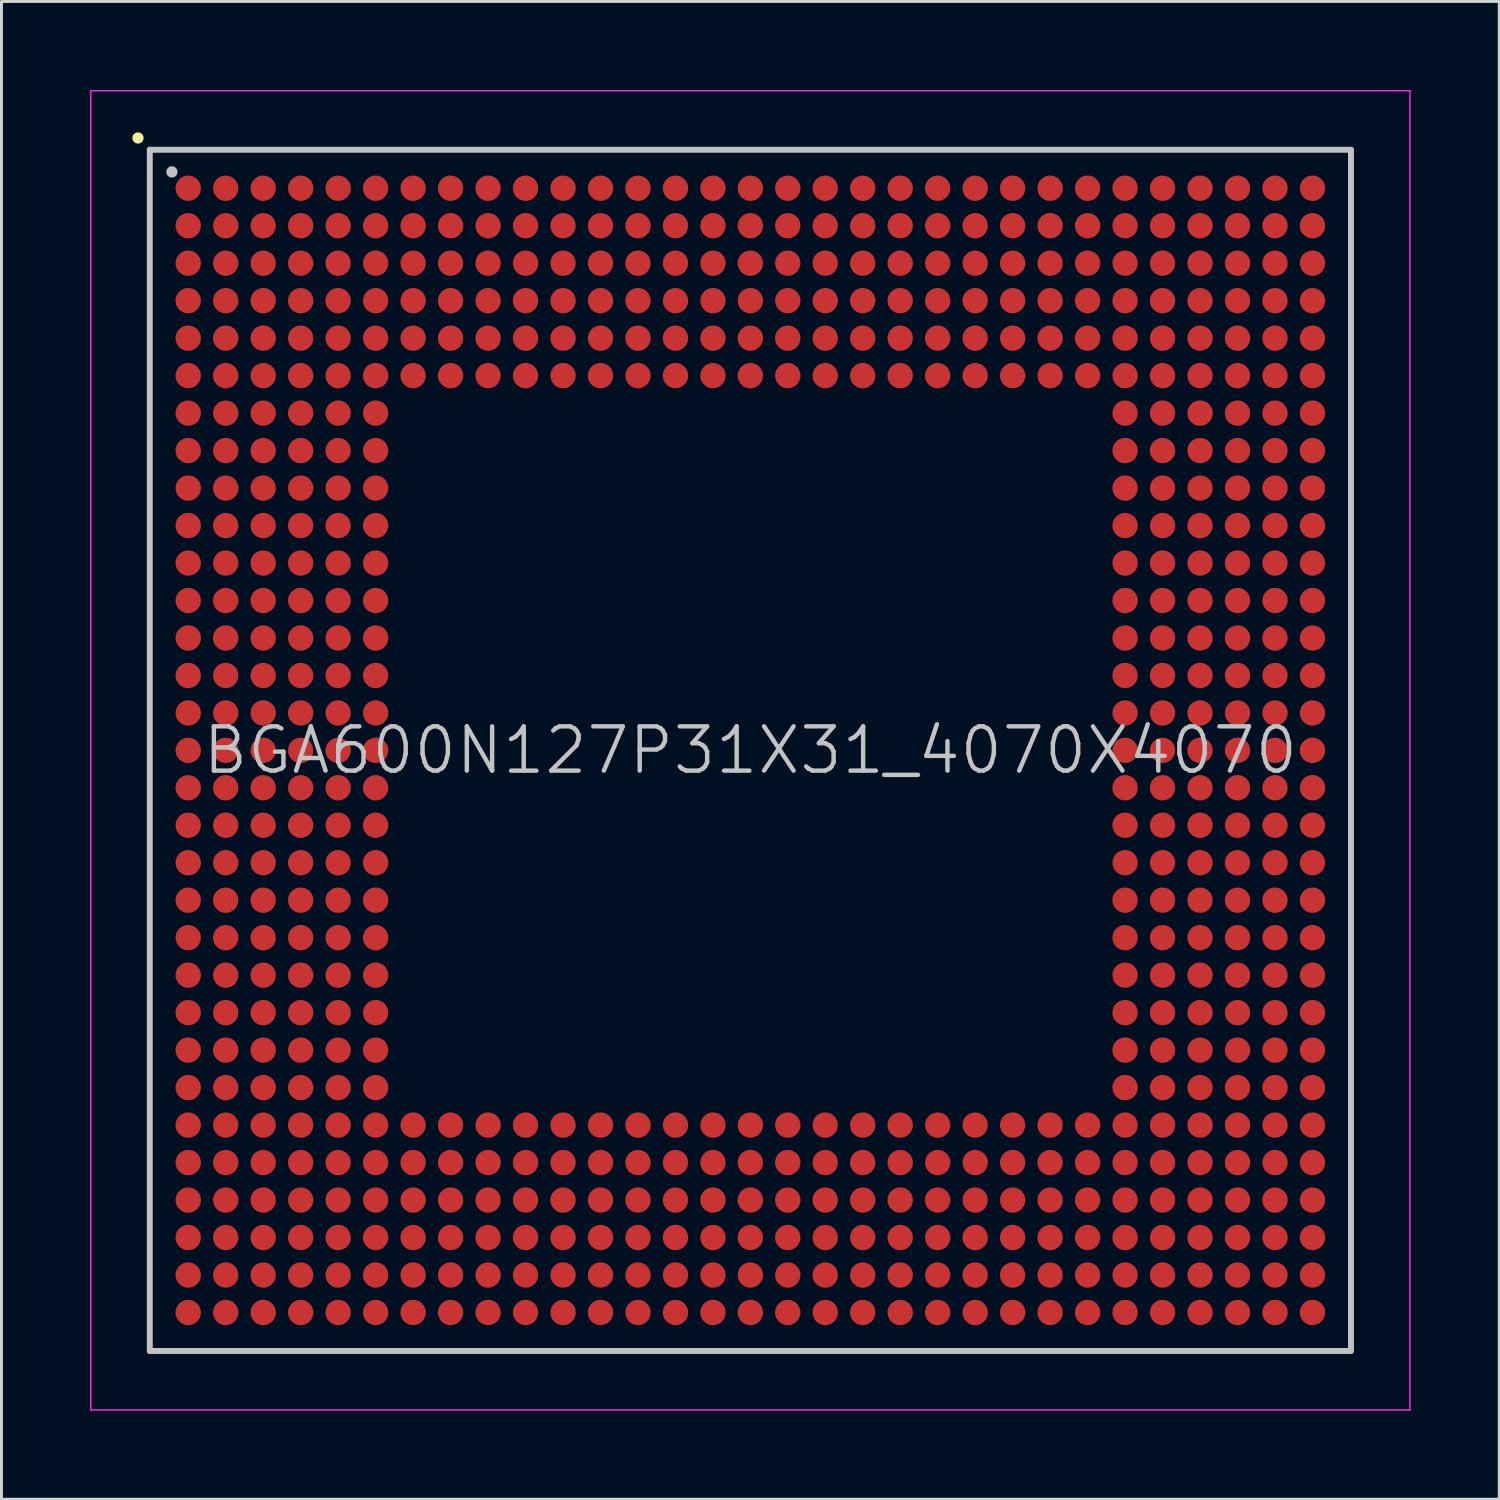
<source format=kicad_pcb>
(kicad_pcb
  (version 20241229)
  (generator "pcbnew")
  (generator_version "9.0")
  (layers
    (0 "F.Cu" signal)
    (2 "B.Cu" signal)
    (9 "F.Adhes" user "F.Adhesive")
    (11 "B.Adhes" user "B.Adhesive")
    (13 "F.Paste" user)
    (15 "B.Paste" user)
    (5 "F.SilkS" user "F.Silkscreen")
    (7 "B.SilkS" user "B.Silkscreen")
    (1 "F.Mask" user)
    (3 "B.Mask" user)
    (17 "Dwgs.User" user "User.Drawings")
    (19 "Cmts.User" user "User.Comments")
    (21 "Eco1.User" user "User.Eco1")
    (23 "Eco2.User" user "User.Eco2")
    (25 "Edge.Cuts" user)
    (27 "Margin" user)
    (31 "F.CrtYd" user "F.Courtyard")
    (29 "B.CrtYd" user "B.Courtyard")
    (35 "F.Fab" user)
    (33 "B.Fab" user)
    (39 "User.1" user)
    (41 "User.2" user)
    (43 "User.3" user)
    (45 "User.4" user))
  (footprint "BGA600N127P31X31_4070X4070"
    (layer "F.Cu")
    (at 22.375 22.375)
    (property "Reference" "BGA600N127P31X31_4070X4070" (at 0 0 0) (layer "Dwgs.User") (effects (font (size 1.5 1.5) (thickness 0.15))))
    (attr smd)
    (fp_line (start -20.75 -20.75) (end -20.75 -20.75) (stroke (width 0.381) (type solid)) (layer "F.SilkS"))
    (fp_line (start -20.35 -20.35) (end -20.35 20.35) (stroke (width 0.2) (type solid)) (layer "Dwgs.User"))
    (fp_line (start -20.35 -20.35) (end 20.35 -20.35) (stroke (width 0.2) (type solid)) (layer "Dwgs.User"))
    (fp_line (start -20.35 20.35) (end 20.35 20.35) (stroke (width 0.2) (type solid)) (layer "Dwgs.User"))
    (fp_line (start -19.6 -19.6) (end -19.6 -19.6) (stroke (width 0.381) (type solid)) (layer "Dwgs.User"))
    (fp_line (start 20.35 -20.35) (end 20.35 20.35) (stroke (width 0.2) (type solid)) (layer "Dwgs.User"))
    (fp_line (start -22.35 -22.35) (end -22.35 22.35) (stroke (width 0.05) (type solid)) (layer "F.CrtYd"))
    (fp_line (start -22.35 -22.35) (end 22.35 -22.35) (stroke (width 0.05) (type solid)) (layer "F.CrtYd"))
    (fp_line (start -22.35 22.35) (end 22.35 22.35) (stroke (width 0.05) (type solid)) (layer "F.CrtYd"))
    (fp_line (start 22.35 -22.35) (end 22.35 22.35) (stroke (width 0.05) (type solid)) (layer "F.CrtYd"))
    (pad "A1" smd circle (at -19.047 -19.047 270) (size 0.86 0.86) (layers "F.Cu" "F.Mask" "F.Paste"))
    (pad "A2" smd circle (at -17.777 -19.047 270) (size 0.86 0.86) (layers "F.Cu" "F.Mask" "F.Paste"))
    (pad "A3" smd circle (at -16.507 -19.047 270) (size 0.86 0.86) (layers "F.Cu" "F.Mask" "F.Paste"))
    (pad "A4" smd circle (at -15.237 -19.047 270) (size 0.86 0.86) (layers "F.Cu" "F.Mask" "F.Paste"))
    (pad "A5" smd circle (at -13.967 -19.047 270) (size 0.86 0.86) (layers "F.Cu" "F.Mask" "F.Paste"))
    (pad "A6" smd circle (at -12.697 -19.047 270) (size 0.86 0.86) (layers "F.Cu" "F.Mask" "F.Paste"))
    (pad "A7" smd circle (at -11.427 -19.047 270) (size 0.86 0.86) (layers "F.Cu" "F.Mask" "F.Paste"))
    (pad "A8" smd circle (at -10.157 -19.047 270) (size 0.86 0.86) (layers "F.Cu" "F.Mask" "F.Paste"))
    (pad "A9" smd circle (at -8.887 -19.047 270) (size 0.86 0.86) (layers "F.Cu" "F.Mask" "F.Paste"))
    (pad "A10" smd circle (at -7.617 -19.047 270) (size 0.86 0.86) (layers "F.Cu" "F.Mask" "F.Paste"))
    (pad "A11" smd circle (at -6.347 -19.047 270) (size 0.86 0.86) (layers "F.Cu" "F.Mask" "F.Paste"))
    (pad "A12" smd circle (at -5.077 -19.047 270) (size 0.86 0.86) (layers "F.Cu" "F.Mask" "F.Paste"))
    (pad "A13" smd circle (at -3.807 -19.047 270) (size 0.86 0.86) (layers "F.Cu" "F.Mask" "F.Paste"))
    (pad "A14" smd circle (at -2.537 -19.047 270) (size 0.86 0.86) (layers "F.Cu" "F.Mask" "F.Paste"))
    (pad "A15" smd circle (at -1.267 -19.047 270) (size 0.86 0.86) (layers "F.Cu" "F.Mask" "F.Paste"))
    (pad "A16" smd circle (at 0 -19.047 270) (size 0.86 0.86) (layers "F.Cu" "F.Mask" "F.Paste"))
    (pad "A17" smd circle (at 1.267 -19.047 270) (size 0.86 0.86) (layers "F.Cu" "F.Mask" "F.Paste"))
    (pad "A18" smd circle (at 2.537 -19.047 270) (size 0.86 0.86) (layers "F.Cu" "F.Mask" "F.Paste"))
    (pad "A19" smd circle (at 3.807 -19.047 270) (size 0.86 0.86) (layers "F.Cu" "F.Mask" "F.Paste"))
    (pad "A20" smd circle (at 5.077 -19.047 270) (size 0.86 0.86) (layers "F.Cu" "F.Mask" "F.Paste"))
    (pad "A21" smd circle (at 6.347 -19.047 270) (size 0.86 0.86) (layers "F.Cu" "F.Mask" "F.Paste"))
    (pad "A22" smd circle (at 7.617 -19.047 270) (size 0.86 0.86) (layers "F.Cu" "F.Mask" "F.Paste"))
    (pad "A23" smd circle (at 8.887 -19.047 270) (size 0.86 0.86) (layers "F.Cu" "F.Mask" "F.Paste"))
    (pad "A24" smd circle (at 10.157 -19.047 270) (size 0.86 0.86) (layers "F.Cu" "F.Mask" "F.Paste"))
    (pad "A25" smd circle (at 11.427 -19.047 270) (size 0.86 0.86) (layers "F.Cu" "F.Mask" "F.Paste"))
    (pad "A26" smd circle (at 12.697 -19.047 270) (size 0.86 0.86) (layers "F.Cu" "F.Mask" "F.Paste"))
    (pad "A27" smd circle (at 13.967 -19.047 270) (size 0.86 0.86) (layers "F.Cu" "F.Mask" "F.Paste"))
    (pad "A28" smd circle (at 15.237 -19.047 270) (size 0.86 0.86) (layers "F.Cu" "F.Mask" "F.Paste"))
    (pad "A29" smd circle (at 16.507 -19.047 270) (size 0.86 0.86) (layers "F.Cu" "F.Mask" "F.Paste"))
    (pad "A30" smd circle (at 17.777 -19.047 270) (size 0.86 0.86) (layers "F.Cu" "F.Mask" "F.Paste"))
    (pad "A31" smd circle (at 19.047 -19.047 270) (size 0.86 0.86) (layers "F.Cu" "F.Mask" "F.Paste"))
    (pad "AA1" smd circle (at -19.047 6.347 270) (size 0.86 0.86) (layers "F.Cu" "F.Mask" "F.Paste"))
    (pad "AA2" smd circle (at -17.777 6.347 270) (size 0.86 0.86) (layers "F.Cu" "F.Mask" "F.Paste"))
    (pad "AA3" smd circle (at -16.507 6.347 270) (size 0.86 0.86) (layers "F.Cu" "F.Mask" "F.Paste"))
    (pad "AA4" smd circle (at -15.237 6.347 270) (size 0.86 0.86) (layers "F.Cu" "F.Mask" "F.Paste"))
    (pad "AA5" smd circle (at -13.967 6.347 270) (size 0.86 0.86) (layers "F.Cu" "F.Mask" "F.Paste"))
    (pad "AA6" smd circle (at -12.697 6.347 270) (size 0.86 0.86) (layers "F.Cu" "F.Mask" "F.Paste"))
    (pad "AA26" smd circle (at 12.697 6.347 270) (size 0.86 0.86) (layers "F.Cu" "F.Mask" "F.Paste"))
    (pad "AA27" smd circle (at 13.967 6.347 270) (size 0.86 0.86) (layers "F.Cu" "F.Mask" "F.Paste"))
    (pad "AA28" smd circle (at 15.237 6.347 270) (size 0.86 0.86) (layers "F.Cu" "F.Mask" "F.Paste"))
    (pad "AA29" smd circle (at 16.507 6.347 270) (size 0.86 0.86) (layers "F.Cu" "F.Mask" "F.Paste"))
    (pad "AA30" smd circle (at 17.777 6.347 270) (size 0.86 0.86) (layers "F.Cu" "F.Mask" "F.Paste"))
    (pad "AA31" smd circle (at 19.047 6.347 270) (size 0.86 0.86) (layers "F.Cu" "F.Mask" "F.Paste"))
    (pad "AB1" smd circle (at -19.047 7.617 270) (size 0.86 0.86) (layers "F.Cu" "F.Mask" "F.Paste"))
    (pad "AB2" smd circle (at -17.777 7.617 270) (size 0.86 0.86) (layers "F.Cu" "F.Mask" "F.Paste"))
    (pad "AB3" smd circle (at -16.507 7.617 270) (size 0.86 0.86) (layers "F.Cu" "F.Mask" "F.Paste"))
    (pad "AB4" smd circle (at -15.237 7.617 270) (size 0.86 0.86) (layers "F.Cu" "F.Mask" "F.Paste"))
    (pad "AB5" smd circle (at -13.967 7.617 270) (size 0.86 0.86) (layers "F.Cu" "F.Mask" "F.Paste"))
    (pad "AB6" smd circle (at -12.697 7.617 270) (size 0.86 0.86) (layers "F.Cu" "F.Mask" "F.Paste"))
    (pad "AB26" smd circle (at 12.697 7.617 270) (size 0.86 0.86) (layers "F.Cu" "F.Mask" "F.Paste"))
    (pad "AB27" smd circle (at 13.967 7.617 270) (size 0.86 0.86) (layers "F.Cu" "F.Mask" "F.Paste"))
    (pad "AB28" smd circle (at 15.237 7.617 270) (size 0.86 0.86) (layers "F.Cu" "F.Mask" "F.Paste"))
    (pad "AB29" smd circle (at 16.507 7.617 270) (size 0.86 0.86) (layers "F.Cu" "F.Mask" "F.Paste"))
    (pad "AB30" smd circle (at 17.777 7.617 270) (size 0.86 0.86) (layers "F.Cu" "F.Mask" "F.Paste"))
    (pad "AB31" smd circle (at 19.047 7.617 270) (size 0.86 0.86) (layers "F.Cu" "F.Mask" "F.Paste"))
    (pad "AC1" smd circle (at -19.047 8.887 270) (size 0.86 0.86) (layers "F.Cu" "F.Mask" "F.Paste"))
    (pad "AC2" smd circle (at -17.777 8.887 270) (size 0.86 0.86) (layers "F.Cu" "F.Mask" "F.Paste"))
    (pad "AC3" smd circle (at -16.507 8.887 270) (size 0.86 0.86) (layers "F.Cu" "F.Mask" "F.Paste"))
    (pad "AC4" smd circle (at -15.237 8.887 270) (size 0.86 0.86) (layers "F.Cu" "F.Mask" "F.Paste"))
    (pad "AC5" smd circle (at -13.967 8.887 270) (size 0.86 0.86) (layers "F.Cu" "F.Mask" "F.Paste"))
    (pad "AC6" smd circle (at -12.697 8.887 270) (size 0.86 0.86) (layers "F.Cu" "F.Mask" "F.Paste"))
    (pad "AC26" smd circle (at 12.697 8.887 270) (size 0.86 0.86) (layers "F.Cu" "F.Mask" "F.Paste"))
    (pad "AC27" smd circle (at 13.967 8.887 270) (size 0.86 0.86) (layers "F.Cu" "F.Mask" "F.Paste"))
    (pad "AC28" smd circle (at 15.237 8.887 270) (size 0.86 0.86) (layers "F.Cu" "F.Mask" "F.Paste"))
    (pad "AC29" smd circle (at 16.507 8.887 270) (size 0.86 0.86) (layers "F.Cu" "F.Mask" "F.Paste"))
    (pad "AC30" smd circle (at 17.777 8.887 270) (size 0.86 0.86) (layers "F.Cu" "F.Mask" "F.Paste"))
    (pad "AC31" smd circle (at 19.047 8.887 270) (size 0.86 0.86) (layers "F.Cu" "F.Mask" "F.Paste"))
    (pad "AD1" smd circle (at -19.047 10.157 270) (size 0.86 0.86) (layers "F.Cu" "F.Mask" "F.Paste"))
    (pad "AD2" smd circle (at -17.777 10.157 270) (size 0.86 0.86) (layers "F.Cu" "F.Mask" "F.Paste"))
    (pad "AD3" smd circle (at -16.507 10.157 270) (size 0.86 0.86) (layers "F.Cu" "F.Mask" "F.Paste"))
    (pad "AD4" smd circle (at -15.237 10.157 270) (size 0.86 0.86) (layers "F.Cu" "F.Mask" "F.Paste"))
    (pad "AD5" smd circle (at -13.967 10.157 270) (size 0.86 0.86) (layers "F.Cu" "F.Mask" "F.Paste"))
    (pad "AD6" smd circle (at -12.697 10.157 270) (size 0.86 0.86) (layers "F.Cu" "F.Mask" "F.Paste"))
    (pad "AD26" smd circle (at 12.697 10.157 270) (size 0.86 0.86) (layers "F.Cu" "F.Mask" "F.Paste"))
    (pad "AD27" smd circle (at 13.967 10.157 270) (size 0.86 0.86) (layers "F.Cu" "F.Mask" "F.Paste"))
    (pad "AD28" smd circle (at 15.237 10.157 270) (size 0.86 0.86) (layers "F.Cu" "F.Mask" "F.Paste"))
    (pad "AD29" smd circle (at 16.507 10.157 270) (size 0.86 0.86) (layers "F.Cu" "F.Mask" "F.Paste"))
    (pad "AD30" smd circle (at 17.777 10.157 270) (size 0.86 0.86) (layers "F.Cu" "F.Mask" "F.Paste"))
    (pad "AD31" smd circle (at 19.047 10.157 270) (size 0.86 0.86) (layers "F.Cu" "F.Mask" "F.Paste"))
    (pad "AE1" smd circle (at -19.047 11.427 270) (size 0.86 0.86) (layers "F.Cu" "F.Mask" "F.Paste"))
    (pad "AE2" smd circle (at -17.777 11.427 270) (size 0.86 0.86) (layers "F.Cu" "F.Mask" "F.Paste"))
    (pad "AE3" smd circle (at -16.507 11.427 270) (size 0.86 0.86) (layers "F.Cu" "F.Mask" "F.Paste"))
    (pad "AE4" smd circle (at -15.237 11.427 270) (size 0.86 0.86) (layers "F.Cu" "F.Mask" "F.Paste"))
    (pad "AE5" smd circle (at -13.967 11.427 270) (size 0.86 0.86) (layers "F.Cu" "F.Mask" "F.Paste"))
    (pad "AE6" smd circle (at -12.697 11.427 270) (size 0.86 0.86) (layers "F.Cu" "F.Mask" "F.Paste"))
    (pad "AE26" smd circle (at 12.697 11.427 270) (size 0.86 0.86) (layers "F.Cu" "F.Mask" "F.Paste"))
    (pad "AE27" smd circle (at 13.967 11.427 270) (size 0.86 0.86) (layers "F.Cu" "F.Mask" "F.Paste"))
    (pad "AE28" smd circle (at 15.237 11.427 270) (size 0.86 0.86) (layers "F.Cu" "F.Mask" "F.Paste"))
    (pad "AE29" smd circle (at 16.507 11.427 270) (size 0.86 0.86) (layers "F.Cu" "F.Mask" "F.Paste"))
    (pad "AE30" smd circle (at 17.777 11.427 270) (size 0.86 0.86) (layers "F.Cu" "F.Mask" "F.Paste"))
    (pad "AE31" smd circle (at 19.047 11.427 270) (size 0.86 0.86) (layers "F.Cu" "F.Mask" "F.Paste"))
    (pad "AF1" smd circle (at -19.047 12.697 270) (size 0.86 0.86) (layers "F.Cu" "F.Mask" "F.Paste"))
    (pad "AF2" smd circle (at -17.777 12.697 270) (size 0.86 0.86) (layers "F.Cu" "F.Mask" "F.Paste"))
    (pad "AF3" smd circle (at -16.507 12.697 270) (size 0.86 0.86) (layers "F.Cu" "F.Mask" "F.Paste"))
    (pad "AF4" smd circle (at -15.237 12.697 270) (size 0.86 0.86) (layers "F.Cu" "F.Mask" "F.Paste"))
    (pad "AF5" smd circle (at -13.967 12.697 270) (size 0.86 0.86) (layers "F.Cu" "F.Mask" "F.Paste"))
    (pad "AF6" smd circle (at -12.697 12.697 270) (size 0.86 0.86) (layers "F.Cu" "F.Mask" "F.Paste"))
    (pad "AF7" smd circle (at -11.427 12.697 270) (size 0.86 0.86) (layers "F.Cu" "F.Mask" "F.Paste"))
    (pad "AF8" smd circle (at -10.157 12.697 270) (size 0.86 0.86) (layers "F.Cu" "F.Mask" "F.Paste"))
    (pad "AF9" smd circle (at -8.887 12.697 270) (size 0.86 0.86) (layers "F.Cu" "F.Mask" "F.Paste"))
    (pad "AF10" smd circle (at -7.617 12.697 270) (size 0.86 0.86) (layers "F.Cu" "F.Mask" "F.Paste"))
    (pad "AF11" smd circle (at -6.347 12.697 270) (size 0.86 0.86) (layers "F.Cu" "F.Mask" "F.Paste"))
    (pad "AF12" smd circle (at -5.077 12.697 270) (size 0.86 0.86) (layers "F.Cu" "F.Mask" "F.Paste"))
    (pad "AF13" smd circle (at -3.807 12.697 270) (size 0.86 0.86) (layers "F.Cu" "F.Mask" "F.Paste"))
    (pad "AF14" smd circle (at -2.537 12.697 270) (size 0.86 0.86) (layers "F.Cu" "F.Mask" "F.Paste"))
    (pad "AF15" smd circle (at -1.267 12.697 270) (size 0.86 0.86) (layers "F.Cu" "F.Mask" "F.Paste"))
    (pad "AF16" smd circle (at 0 12.697 270) (size 0.86 0.86) (layers "F.Cu" "F.Mask" "F.Paste"))
    (pad "AF17" smd circle (at 1.267 12.697 270) (size 0.86 0.86) (layers "F.Cu" "F.Mask" "F.Paste"))
    (pad "AF18" smd circle (at 2.537 12.697 270) (size 0.86 0.86) (layers "F.Cu" "F.Mask" "F.Paste"))
    (pad "AF19" smd circle (at 3.807 12.697 270) (size 0.86 0.86) (layers "F.Cu" "F.Mask" "F.Paste"))
    (pad "AF20" smd circle (at 5.077 12.697 270) (size 0.86 0.86) (layers "F.Cu" "F.Mask" "F.Paste"))
    (pad "AF21" smd circle (at 6.347 12.697 270) (size 0.86 0.86) (layers "F.Cu" "F.Mask" "F.Paste"))
    (pad "AF22" smd circle (at 7.617 12.697 270) (size 0.86 0.86) (layers "F.Cu" "F.Mask" "F.Paste"))
    (pad "AF23" smd circle (at 8.887 12.697 270) (size 0.86 0.86) (layers "F.Cu" "F.Mask" "F.Paste"))
    (pad "AF24" smd circle (at 10.157 12.697 270) (size 0.86 0.86) (layers "F.Cu" "F.Mask" "F.Paste"))
    (pad "AF25" smd circle (at 11.427 12.697 270) (size 0.86 0.86) (layers "F.Cu" "F.Mask" "F.Paste"))
    (pad "AF26" smd circle (at 12.697 12.697 270) (size 0.86 0.86) (layers "F.Cu" "F.Mask" "F.Paste"))
    (pad "AF27" smd circle (at 13.967 12.697 270) (size 0.86 0.86) (layers "F.Cu" "F.Mask" "F.Paste"))
    (pad "AF28" smd circle (at 15.237 12.697 270) (size 0.86 0.86) (layers "F.Cu" "F.Mask" "F.Paste"))
    (pad "AF29" smd circle (at 16.507 12.697 270) (size 0.86 0.86) (layers "F.Cu" "F.Mask" "F.Paste"))
    (pad "AF30" smd circle (at 17.777 12.697 270) (size 0.86 0.86) (layers "F.Cu" "F.Mask" "F.Paste"))
    (pad "AF31" smd circle (at 19.047 12.697 270) (size 0.86 0.86) (layers "F.Cu" "F.Mask" "F.Paste"))
    (pad "AG1" smd circle (at -19.047 13.967 270) (size 0.86 0.86) (layers "F.Cu" "F.Mask" "F.Paste"))
    (pad "AG2" smd circle (at -17.777 13.967 270) (size 0.86 0.86) (layers "F.Cu" "F.Mask" "F.Paste"))
    (pad "AG3" smd circle (at -16.507 13.967 270) (size 0.86 0.86) (layers "F.Cu" "F.Mask" "F.Paste"))
    (pad "AG4" smd circle (at -15.237 13.967 270) (size 0.86 0.86) (layers "F.Cu" "F.Mask" "F.Paste"))
    (pad "AG5" smd circle (at -13.967 13.967 270) (size 0.86 0.86) (layers "F.Cu" "F.Mask" "F.Paste"))
    (pad "AG6" smd circle (at -12.697 13.967 270) (size 0.86 0.86) (layers "F.Cu" "F.Mask" "F.Paste"))
    (pad "AG7" smd circle (at -11.427 13.967 270) (size 0.86 0.86) (layers "F.Cu" "F.Mask" "F.Paste"))
    (pad "AG8" smd circle (at -10.157 13.967 270) (size 0.86 0.86) (layers "F.Cu" "F.Mask" "F.Paste"))
    (pad "AG9" smd circle (at -8.887 13.967 270) (size 0.86 0.86) (layers "F.Cu" "F.Mask" "F.Paste"))
    (pad "AG10" smd circle (at -7.617 13.967 270) (size 0.86 0.86) (layers "F.Cu" "F.Mask" "F.Paste"))
    (pad "AG11" smd circle (at -6.347 13.967 270) (size 0.86 0.86) (layers "F.Cu" "F.Mask" "F.Paste"))
    (pad "AG12" smd circle (at -5.077 13.967 270) (size 0.86 0.86) (layers "F.Cu" "F.Mask" "F.Paste"))
    (pad "AG13" smd circle (at -3.807 13.967 270) (size 0.86 0.86) (layers "F.Cu" "F.Mask" "F.Paste"))
    (pad "AG14" smd circle (at -2.537 13.967 270) (size 0.86 0.86) (layers "F.Cu" "F.Mask" "F.Paste"))
    (pad "AG15" smd circle (at -1.267 13.967 270) (size 0.86 0.86) (layers "F.Cu" "F.Mask" "F.Paste"))
    (pad "AG16" smd circle (at 0 13.967 270) (size 0.86 0.86) (layers "F.Cu" "F.Mask" "F.Paste"))
    (pad "AG17" smd circle (at 1.267 13.967 270) (size 0.86 0.86) (layers "F.Cu" "F.Mask" "F.Paste"))
    (pad "AG18" smd circle (at 2.537 13.967 270) (size 0.86 0.86) (layers "F.Cu" "F.Mask" "F.Paste"))
    (pad "AG19" smd circle (at 3.807 13.967 270) (size 0.86 0.86) (layers "F.Cu" "F.Mask" "F.Paste"))
    (pad "AG20" smd circle (at 5.077 13.967 270) (size 0.86 0.86) (layers "F.Cu" "F.Mask" "F.Paste"))
    (pad "AG21" smd circle (at 6.347 13.967 270) (size 0.86 0.86) (layers "F.Cu" "F.Mask" "F.Paste"))
    (pad "AG22" smd circle (at 7.617 13.967 270) (size 0.86 0.86) (layers "F.Cu" "F.Mask" "F.Paste"))
    (pad "AG23" smd circle (at 8.887 13.967 270) (size 0.86 0.86) (layers "F.Cu" "F.Mask" "F.Paste"))
    (pad "AG24" smd circle (at 10.157 13.967 270) (size 0.86 0.86) (layers "F.Cu" "F.Mask" "F.Paste"))
    (pad "AG25" smd circle (at 11.427 13.967 270) (size 0.86 0.86) (layers "F.Cu" "F.Mask" "F.Paste"))
    (pad "AG26" smd circle (at 12.697 13.967 270) (size 0.86 0.86) (layers "F.Cu" "F.Mask" "F.Paste"))
    (pad "AG27" smd circle (at 13.967 13.967 270) (size 0.86 0.86) (layers "F.Cu" "F.Mask" "F.Paste"))
    (pad "AG28" smd circle (at 15.237 13.967 270) (size 0.86 0.86) (layers "F.Cu" "F.Mask" "F.Paste"))
    (pad "AG29" smd circle (at 16.507 13.967 270) (size 0.86 0.86) (layers "F.Cu" "F.Mask" "F.Paste"))
    (pad "AG30" smd circle (at 17.777 13.967 270) (size 0.86 0.86) (layers "F.Cu" "F.Mask" "F.Paste"))
    (pad "AG31" smd circle (at 19.047 13.967 270) (size 0.86 0.86) (layers "F.Cu" "F.Mask" "F.Paste"))
    (pad "AH1" smd circle (at -19.047 15.237 270) (size 0.86 0.86) (layers "F.Cu" "F.Mask" "F.Paste"))
    (pad "AH2" smd circle (at -17.777 15.237 270) (size 0.86 0.86) (layers "F.Cu" "F.Mask" "F.Paste"))
    (pad "AH3" smd circle (at -16.507 15.237 270) (size 0.86 0.86) (layers "F.Cu" "F.Mask" "F.Paste"))
    (pad "AH4" smd circle (at -15.237 15.237 270) (size 0.86 0.86) (layers "F.Cu" "F.Mask" "F.Paste"))
    (pad "AH5" smd circle (at -13.967 15.237 270) (size 0.86 0.86) (layers "F.Cu" "F.Mask" "F.Paste"))
    (pad "AH6" smd circle (at -12.697 15.237 270) (size 0.86 0.86) (layers "F.Cu" "F.Mask" "F.Paste"))
    (pad "AH7" smd circle (at -11.427 15.237 270) (size 0.86 0.86) (layers "F.Cu" "F.Mask" "F.Paste"))
    (pad "AH8" smd circle (at -10.157 15.237 270) (size 0.86 0.86) (layers "F.Cu" "F.Mask" "F.Paste"))
    (pad "AH9" smd circle (at -8.887 15.237 270) (size 0.86 0.86) (layers "F.Cu" "F.Mask" "F.Paste"))
    (pad "AH10" smd circle (at -7.617 15.237 270) (size 0.86 0.86) (layers "F.Cu" "F.Mask" "F.Paste"))
    (pad "AH11" smd circle (at -6.347 15.237 270) (size 0.86 0.86) (layers "F.Cu" "F.Mask" "F.Paste"))
    (pad "AH12" smd circle (at -5.077 15.237 270) (size 0.86 0.86) (layers "F.Cu" "F.Mask" "F.Paste"))
    (pad "AH13" smd circle (at -3.807 15.237 270) (size 0.86 0.86) (layers "F.Cu" "F.Mask" "F.Paste"))
    (pad "AH14" smd circle (at -2.537 15.237 270) (size 0.86 0.86) (layers "F.Cu" "F.Mask" "F.Paste"))
    (pad "AH15" smd circle (at -1.267 15.237 270) (size 0.86 0.86) (layers "F.Cu" "F.Mask" "F.Paste"))
    (pad "AH16" smd circle (at 0 15.237 270) (size 0.86 0.86) (layers "F.Cu" "F.Mask" "F.Paste"))
    (pad "AH17" smd circle (at 1.267 15.237 270) (size 0.86 0.86) (layers "F.Cu" "F.Mask" "F.Paste"))
    (pad "AH18" smd circle (at 2.537 15.237 270) (size 0.86 0.86) (layers "F.Cu" "F.Mask" "F.Paste"))
    (pad "AH19" smd circle (at 3.807 15.237 270) (size 0.86 0.86) (layers "F.Cu" "F.Mask" "F.Paste"))
    (pad "AH20" smd circle (at 5.077 15.237 270) (size 0.86 0.86) (layers "F.Cu" "F.Mask" "F.Paste"))
    (pad "AH21" smd circle (at 6.347 15.237 270) (size 0.86 0.86) (layers "F.Cu" "F.Mask" "F.Paste"))
    (pad "AH22" smd circle (at 7.617 15.237 270) (size 0.86 0.86) (layers "F.Cu" "F.Mask" "F.Paste"))
    (pad "AH23" smd circle (at 8.887 15.237 270) (size 0.86 0.86) (layers "F.Cu" "F.Mask" "F.Paste"))
    (pad "AH24" smd circle (at 10.157 15.237 270) (size 0.86 0.86) (layers "F.Cu" "F.Mask" "F.Paste"))
    (pad "AH25" smd circle (at 11.427 15.237 270) (size 0.86 0.86) (layers "F.Cu" "F.Mask" "F.Paste"))
    (pad "AH26" smd circle (at 12.697 15.237 270) (size 0.86 0.86) (layers "F.Cu" "F.Mask" "F.Paste"))
    (pad "AH27" smd circle (at 13.967 15.237 270) (size 0.86 0.86) (layers "F.Cu" "F.Mask" "F.Paste"))
    (pad "AH28" smd circle (at 15.237 15.237 270) (size 0.86 0.86) (layers "F.Cu" "F.Mask" "F.Paste"))
    (pad "AH29" smd circle (at 16.507 15.237 270) (size 0.86 0.86) (layers "F.Cu" "F.Mask" "F.Paste"))
    (pad "AH30" smd circle (at 17.777 15.237 270) (size 0.86 0.86) (layers "F.Cu" "F.Mask" "F.Paste"))
    (pad "AH31" smd circle (at 19.047 15.237 270) (size 0.86 0.86) (layers "F.Cu" "F.Mask" "F.Paste"))
    (pad "AJ1" smd circle (at -19.047 16.507 270) (size 0.86 0.86) (layers "F.Cu" "F.Mask" "F.Paste"))
    (pad "AJ2" smd circle (at -17.777 16.507 270) (size 0.86 0.86) (layers "F.Cu" "F.Mask" "F.Paste"))
    (pad "AJ3" smd circle (at -16.507 16.507 270) (size 0.86 0.86) (layers "F.Cu" "F.Mask" "F.Paste"))
    (pad "AJ4" smd circle (at -15.237 16.507 270) (size 0.86 0.86) (layers "F.Cu" "F.Mask" "F.Paste"))
    (pad "AJ5" smd circle (at -13.967 16.507 270) (size 0.86 0.86) (layers "F.Cu" "F.Mask" "F.Paste"))
    (pad "AJ6" smd circle (at -12.697 16.507 270) (size 0.86 0.86) (layers "F.Cu" "F.Mask" "F.Paste"))
    (pad "AJ7" smd circle (at -11.427 16.507 270) (size 0.86 0.86) (layers "F.Cu" "F.Mask" "F.Paste"))
    (pad "AJ8" smd circle (at -10.157 16.507 270) (size 0.86 0.86) (layers "F.Cu" "F.Mask" "F.Paste"))
    (pad "AJ9" smd circle (at -8.887 16.507 270) (size 0.86 0.86) (layers "F.Cu" "F.Mask" "F.Paste"))
    (pad "AJ10" smd circle (at -7.617 16.507 270) (size 0.86 0.86) (layers "F.Cu" "F.Mask" "F.Paste"))
    (pad "AJ11" smd circle (at -6.347 16.507 270) (size 0.86 0.86) (layers "F.Cu" "F.Mask" "F.Paste"))
    (pad "AJ12" smd circle (at -5.077 16.507 270) (size 0.86 0.86) (layers "F.Cu" "F.Mask" "F.Paste"))
    (pad "AJ13" smd circle (at -3.807 16.507 270) (size 0.86 0.86) (layers "F.Cu" "F.Mask" "F.Paste"))
    (pad "AJ14" smd circle (at -2.537 16.507 270) (size 0.86 0.86) (layers "F.Cu" "F.Mask" "F.Paste"))
    (pad "AJ15" smd circle (at -1.267 16.507 270) (size 0.86 0.86) (layers "F.Cu" "F.Mask" "F.Paste"))
    (pad "AJ16" smd circle (at 0 16.507 270) (size 0.86 0.86) (layers "F.Cu" "F.Mask" "F.Paste"))
    (pad "AJ17" smd circle (at 1.267 16.507 270) (size 0.86 0.86) (layers "F.Cu" "F.Mask" "F.Paste"))
    (pad "AJ18" smd circle (at 2.537 16.507 270) (size 0.86 0.86) (layers "F.Cu" "F.Mask" "F.Paste"))
    (pad "AJ19" smd circle (at 3.807 16.507 270) (size 0.86 0.86) (layers "F.Cu" "F.Mask" "F.Paste"))
    (pad "AJ20" smd circle (at 5.077 16.507 270) (size 0.86 0.86) (layers "F.Cu" "F.Mask" "F.Paste"))
    (pad "AJ21" smd circle (at 6.347 16.507 270) (size 0.86 0.86) (layers "F.Cu" "F.Mask" "F.Paste"))
    (pad "AJ22" smd circle (at 7.617 16.507 270) (size 0.86 0.86) (layers "F.Cu" "F.Mask" "F.Paste"))
    (pad "AJ23" smd circle (at 8.887 16.507 270) (size 0.86 0.86) (layers "F.Cu" "F.Mask" "F.Paste"))
    (pad "AJ24" smd circle (at 10.157 16.507 270) (size 0.86 0.86) (layers "F.Cu" "F.Mask" "F.Paste"))
    (pad "AJ25" smd circle (at 11.427 16.507 270) (size 0.86 0.86) (layers "F.Cu" "F.Mask" "F.Paste"))
    (pad "AJ26" smd circle (at 12.697 16.507 270) (size 0.86 0.86) (layers "F.Cu" "F.Mask" "F.Paste"))
    (pad "AJ27" smd circle (at 13.967 16.507 270) (size 0.86 0.86) (layers "F.Cu" "F.Mask" "F.Paste"))
    (pad "AJ28" smd circle (at 15.237 16.507 270) (size 0.86 0.86) (layers "F.Cu" "F.Mask" "F.Paste"))
    (pad "AJ29" smd circle (at 16.507 16.507 270) (size 0.86 0.86) (layers "F.Cu" "F.Mask" "F.Paste"))
    (pad "AJ30" smd circle (at 17.777 16.507 270) (size 0.86 0.86) (layers "F.Cu" "F.Mask" "F.Paste"))
    (pad "AJ31" smd circle (at 19.047 16.507 270) (size 0.86 0.86) (layers "F.Cu" "F.Mask" "F.Paste"))
    (pad "AK1" smd circle (at -19.047 17.777 270) (size 0.86 0.86) (layers "F.Cu" "F.Mask" "F.Paste"))
    (pad "AK2" smd circle (at -17.777 17.777 270) (size 0.86 0.86) (layers "F.Cu" "F.Mask" "F.Paste"))
    (pad "AK3" smd circle (at -16.507 17.777 270) (size 0.86 0.86) (layers "F.Cu" "F.Mask" "F.Paste"))
    (pad "AK4" smd circle (at -15.237 17.777 270) (size 0.86 0.86) (layers "F.Cu" "F.Mask" "F.Paste"))
    (pad "AK5" smd circle (at -13.967 17.777 270) (size 0.86 0.86) (layers "F.Cu" "F.Mask" "F.Paste"))
    (pad "AK6" smd circle (at -12.697 17.777 270) (size 0.86 0.86) (layers "F.Cu" "F.Mask" "F.Paste"))
    (pad "AK7" smd circle (at -11.427 17.777 270) (size 0.86 0.86) (layers "F.Cu" "F.Mask" "F.Paste"))
    (pad "AK8" smd circle (at -10.157 17.777 270) (size 0.86 0.86) (layers "F.Cu" "F.Mask" "F.Paste"))
    (pad "AK9" smd circle (at -8.887 17.777 270) (size 0.86 0.86) (layers "F.Cu" "F.Mask" "F.Paste"))
    (pad "AK10" smd circle (at -7.617 17.777 270) (size 0.86 0.86) (layers "F.Cu" "F.Mask" "F.Paste"))
    (pad "AK11" smd circle (at -6.347 17.777 270) (size 0.86 0.86) (layers "F.Cu" "F.Mask" "F.Paste"))
    (pad "AK12" smd circle (at -5.077 17.777 270) (size 0.86 0.86) (layers "F.Cu" "F.Mask" "F.Paste"))
    (pad "AK13" smd circle (at -3.807 17.777 270) (size 0.86 0.86) (layers "F.Cu" "F.Mask" "F.Paste"))
    (pad "AK14" smd circle (at -2.537 17.777 270) (size 0.86 0.86) (layers "F.Cu" "F.Mask" "F.Paste"))
    (pad "AK15" smd circle (at -1.267 17.777 270) (size 0.86 0.86) (layers "F.Cu" "F.Mask" "F.Paste"))
    (pad "AK16" smd circle (at 0 17.777 270) (size 0.86 0.86) (layers "F.Cu" "F.Mask" "F.Paste"))
    (pad "AK17" smd circle (at 1.267 17.777 270) (size 0.86 0.86) (layers "F.Cu" "F.Mask" "F.Paste"))
    (pad "AK18" smd circle (at 2.537 17.777 270) (size 0.86 0.86) (layers "F.Cu" "F.Mask" "F.Paste"))
    (pad "AK19" smd circle (at 3.807 17.777 270) (size 0.86 0.86) (layers "F.Cu" "F.Mask" "F.Paste"))
    (pad "AK20" smd circle (at 5.077 17.777 270) (size 0.86 0.86) (layers "F.Cu" "F.Mask" "F.Paste"))
    (pad "AK21" smd circle (at 6.347 17.777 270) (size 0.86 0.86) (layers "F.Cu" "F.Mask" "F.Paste"))
    (pad "AK22" smd circle (at 7.617 17.777 270) (size 0.86 0.86) (layers "F.Cu" "F.Mask" "F.Paste"))
    (pad "AK23" smd circle (at 8.887 17.777 270) (size 0.86 0.86) (layers "F.Cu" "F.Mask" "F.Paste"))
    (pad "AK24" smd circle (at 10.157 17.777 270) (size 0.86 0.86) (layers "F.Cu" "F.Mask" "F.Paste"))
    (pad "AK25" smd circle (at 11.427 17.777 270) (size 0.86 0.86) (layers "F.Cu" "F.Mask" "F.Paste"))
    (pad "AK26" smd circle (at 12.697 17.777 270) (size 0.86 0.86) (layers "F.Cu" "F.Mask" "F.Paste"))
    (pad "AK27" smd circle (at 13.967 17.777 270) (size 0.86 0.86) (layers "F.Cu" "F.Mask" "F.Paste"))
    (pad "AK28" smd circle (at 15.237 17.777 270) (size 0.86 0.86) (layers "F.Cu" "F.Mask" "F.Paste"))
    (pad "AK29" smd circle (at 16.507 17.777 270) (size 0.86 0.86) (layers "F.Cu" "F.Mask" "F.Paste"))
    (pad "AK30" smd circle (at 17.777 17.777 270) (size 0.86 0.86) (layers "F.Cu" "F.Mask" "F.Paste"))
    (pad "AK31" smd circle (at 19.047 17.777 270) (size 0.86 0.86) (layers "F.Cu" "F.Mask" "F.Paste"))
    (pad "AL1" smd circle (at -19.047 19.047 270) (size 0.86 0.86) (layers "F.Cu" "F.Mask" "F.Paste"))
    (pad "AL2" smd circle (at -17.777 19.047 270) (size 0.86 0.86) (layers "F.Cu" "F.Mask" "F.Paste"))
    (pad "AL3" smd circle (at -16.507 19.047 270) (size 0.86 0.86) (layers "F.Cu" "F.Mask" "F.Paste"))
    (pad "AL4" smd circle (at -15.237 19.047 270) (size 0.86 0.86) (layers "F.Cu" "F.Mask" "F.Paste"))
    (pad "AL5" smd circle (at -13.967 19.047 270) (size 0.86 0.86) (layers "F.Cu" "F.Mask" "F.Paste"))
    (pad "AL6" smd circle (at -12.697 19.047 270) (size 0.86 0.86) (layers "F.Cu" "F.Mask" "F.Paste"))
    (pad "AL7" smd circle (at -11.427 19.047 270) (size 0.86 0.86) (layers "F.Cu" "F.Mask" "F.Paste"))
    (pad "AL8" smd circle (at -10.157 19.047 270) (size 0.86 0.86) (layers "F.Cu" "F.Mask" "F.Paste"))
    (pad "AL9" smd circle (at -8.887 19.047 270) (size 0.86 0.86) (layers "F.Cu" "F.Mask" "F.Paste"))
    (pad "AL10" smd circle (at -7.617 19.047 270) (size 0.86 0.86) (layers "F.Cu" "F.Mask" "F.Paste"))
    (pad "AL11" smd circle (at -6.347 19.047 270) (size 0.86 0.86) (layers "F.Cu" "F.Mask" "F.Paste"))
    (pad "AL12" smd circle (at -5.077 19.047 270) (size 0.86 0.86) (layers "F.Cu" "F.Mask" "F.Paste"))
    (pad "AL13" smd circle (at -3.807 19.047 270) (size 0.86 0.86) (layers "F.Cu" "F.Mask" "F.Paste"))
    (pad "AL14" smd circle (at -2.537 19.047 270) (size 0.86 0.86) (layers "F.Cu" "F.Mask" "F.Paste"))
    (pad "AL15" smd circle (at -1.267 19.047 270) (size 0.86 0.86) (layers "F.Cu" "F.Mask" "F.Paste"))
    (pad "AL16" smd circle (at 0 19.047 270) (size 0.86 0.86) (layers "F.Cu" "F.Mask" "F.Paste"))
    (pad "AL17" smd circle (at 1.267 19.047 270) (size 0.86 0.86) (layers "F.Cu" "F.Mask" "F.Paste"))
    (pad "AL18" smd circle (at 2.537 19.047 270) (size 0.86 0.86) (layers "F.Cu" "F.Mask" "F.Paste"))
    (pad "AL19" smd circle (at 3.807 19.047 270) (size 0.86 0.86) (layers "F.Cu" "F.Mask" "F.Paste"))
    (pad "AL20" smd circle (at 5.077 19.047 270) (size 0.86 0.86) (layers "F.Cu" "F.Mask" "F.Paste"))
    (pad "AL21" smd circle (at 6.347 19.047 270) (size 0.86 0.86) (layers "F.Cu" "F.Mask" "F.Paste"))
    (pad "AL22" smd circle (at 7.617 19.047 270) (size 0.86 0.86) (layers "F.Cu" "F.Mask" "F.Paste"))
    (pad "AL23" smd circle (at 8.887 19.047 270) (size 0.86 0.86) (layers "F.Cu" "F.Mask" "F.Paste"))
    (pad "AL24" smd circle (at 10.157 19.047 270) (size 0.86 0.86) (layers "F.Cu" "F.Mask" "F.Paste"))
    (pad "AL25" smd circle (at 11.427 19.047 270) (size 0.86 0.86) (layers "F.Cu" "F.Mask" "F.Paste"))
    (pad "AL26" smd circle (at 12.697 19.047 270) (size 0.86 0.86) (layers "F.Cu" "F.Mask" "F.Paste"))
    (pad "AL27" smd circle (at 13.967 19.047 270) (size 0.86 0.86) (layers "F.Cu" "F.Mask" "F.Paste"))
    (pad "AL28" smd circle (at 15.237 19.047 270) (size 0.86 0.86) (layers "F.Cu" "F.Mask" "F.Paste"))
    (pad "AL29" smd circle (at 16.507 19.047 270) (size 0.86 0.86) (layers "F.Cu" "F.Mask" "F.Paste"))
    (pad "AL30" smd circle (at 17.777 19.047 270) (size 0.86 0.86) (layers "F.Cu" "F.Mask" "F.Paste"))
    (pad "AL31" smd circle (at 19.047 19.047 270) (size 0.86 0.86) (layers "F.Cu" "F.Mask" "F.Paste"))
    (pad "B1" smd circle (at -19.047 -17.777 270) (size 0.86 0.86) (layers "F.Cu" "F.Mask" "F.Paste"))
    (pad "B2" smd circle (at -17.777 -17.777 270) (size 0.86 0.86) (layers "F.Cu" "F.Mask" "F.Paste"))
    (pad "B3" smd circle (at -16.507 -17.777 270) (size 0.86 0.86) (layers "F.Cu" "F.Mask" "F.Paste"))
    (pad "B4" smd circle (at -15.237 -17.777 270) (size 0.86 0.86) (layers "F.Cu" "F.Mask" "F.Paste"))
    (pad "B5" smd circle (at -13.967 -17.777 270) (size 0.86 0.86) (layers "F.Cu" "F.Mask" "F.Paste"))
    (pad "B6" smd circle (at -12.697 -17.777 270) (size 0.86 0.86) (layers "F.Cu" "F.Mask" "F.Paste"))
    (pad "B7" smd circle (at -11.427 -17.777 270) (size 0.86 0.86) (layers "F.Cu" "F.Mask" "F.Paste"))
    (pad "B8" smd circle (at -10.157 -17.777 270) (size 0.86 0.86) (layers "F.Cu" "F.Mask" "F.Paste"))
    (pad "B9" smd circle (at -8.887 -17.777 270) (size 0.86 0.86) (layers "F.Cu" "F.Mask" "F.Paste"))
    (pad "B10" smd circle (at -7.617 -17.777 270) (size 0.86 0.86) (layers "F.Cu" "F.Mask" "F.Paste"))
    (pad "B11" smd circle (at -6.347 -17.777 270) (size 0.86 0.86) (layers "F.Cu" "F.Mask" "F.Paste"))
    (pad "B12" smd circle (at -5.077 -17.777 270) (size 0.86 0.86) (layers "F.Cu" "F.Mask" "F.Paste"))
    (pad "B13" smd circle (at -3.807 -17.777 270) (size 0.86 0.86) (layers "F.Cu" "F.Mask" "F.Paste"))
    (pad "B14" smd circle (at -2.537 -17.777 270) (size 0.86 0.86) (layers "F.Cu" "F.Mask" "F.Paste"))
    (pad "B15" smd circle (at -1.267 -17.777 270) (size 0.86 0.86) (layers "F.Cu" "F.Mask" "F.Paste"))
    (pad "B16" smd circle (at 0 -17.777 270) (size 0.86 0.86) (layers "F.Cu" "F.Mask" "F.Paste"))
    (pad "B17" smd circle (at 1.267 -17.777 270) (size 0.86 0.86) (layers "F.Cu" "F.Mask" "F.Paste"))
    (pad "B18" smd circle (at 2.537 -17.777 270) (size 0.86 0.86) (layers "F.Cu" "F.Mask" "F.Paste"))
    (pad "B19" smd circle (at 3.807 -17.777 270) (size 0.86 0.86) (layers "F.Cu" "F.Mask" "F.Paste"))
    (pad "B20" smd circle (at 5.077 -17.777 270) (size 0.86 0.86) (layers "F.Cu" "F.Mask" "F.Paste"))
    (pad "B21" smd circle (at 6.347 -17.777 270) (size 0.86 0.86) (layers "F.Cu" "F.Mask" "F.Paste"))
    (pad "B22" smd circle (at 7.617 -17.777 270) (size 0.86 0.86) (layers "F.Cu" "F.Mask" "F.Paste"))
    (pad "B23" smd circle (at 8.887 -17.777 270) (size 0.86 0.86) (layers "F.Cu" "F.Mask" "F.Paste"))
    (pad "B24" smd circle (at 10.157 -17.777 270) (size 0.86 0.86) (layers "F.Cu" "F.Mask" "F.Paste"))
    (pad "B25" smd circle (at 11.427 -17.777 270) (size 0.86 0.86) (layers "F.Cu" "F.Mask" "F.Paste"))
    (pad "B26" smd circle (at 12.697 -17.777 270) (size 0.86 0.86) (layers "F.Cu" "F.Mask" "F.Paste"))
    (pad "B27" smd circle (at 13.967 -17.777 270) (size 0.86 0.86) (layers "F.Cu" "F.Mask" "F.Paste"))
    (pad "B28" smd circle (at 15.237 -17.777 270) (size 0.86 0.86) (layers "F.Cu" "F.Mask" "F.Paste"))
    (pad "B29" smd circle (at 16.507 -17.777 270) (size 0.86 0.86) (layers "F.Cu" "F.Mask" "F.Paste"))
    (pad "B30" smd circle (at 17.777 -17.777 270) (size 0.86 0.86) (layers "F.Cu" "F.Mask" "F.Paste"))
    (pad "B31" smd circle (at 19.047 -17.777 270) (size 0.86 0.86) (layers "F.Cu" "F.Mask" "F.Paste"))
    (pad "C1" smd circle (at -19.047 -16.507 270) (size 0.86 0.86) (layers "F.Cu" "F.Mask" "F.Paste"))
    (pad "C2" smd circle (at -17.777 -16.507 270) (size 0.86 0.86) (layers "F.Cu" "F.Mask" "F.Paste"))
    (pad "C3" smd circle (at -16.507 -16.507 270) (size 0.86 0.86) (layers "F.Cu" "F.Mask" "F.Paste"))
    (pad "C4" smd circle (at -15.237 -16.507 270) (size 0.86 0.86) (layers "F.Cu" "F.Mask" "F.Paste"))
    (pad "C5" smd circle (at -13.967 -16.507 270) (size 0.86 0.86) (layers "F.Cu" "F.Mask" "F.Paste"))
    (pad "C6" smd circle (at -12.697 -16.507 270) (size 0.86 0.86) (layers "F.Cu" "F.Mask" "F.Paste"))
    (pad "C7" smd circle (at -11.427 -16.507 270) (size 0.86 0.86) (layers "F.Cu" "F.Mask" "F.Paste"))
    (pad "C8" smd circle (at -10.157 -16.507 270) (size 0.86 0.86) (layers "F.Cu" "F.Mask" "F.Paste"))
    (pad "C9" smd circle (at -8.887 -16.507 270) (size 0.86 0.86) (layers "F.Cu" "F.Mask" "F.Paste"))
    (pad "C10" smd circle (at -7.617 -16.507 270) (size 0.86 0.86) (layers "F.Cu" "F.Mask" "F.Paste"))
    (pad "C11" smd circle (at -6.347 -16.507 270) (size 0.86 0.86) (layers "F.Cu" "F.Mask" "F.Paste"))
    (pad "C12" smd circle (at -5.077 -16.507 270) (size 0.86 0.86) (layers "F.Cu" "F.Mask" "F.Paste"))
    (pad "C13" smd circle (at -3.807 -16.507 270) (size 0.86 0.86) (layers "F.Cu" "F.Mask" "F.Paste"))
    (pad "C14" smd circle (at -2.537 -16.507 270) (size 0.86 0.86) (layers "F.Cu" "F.Mask" "F.Paste"))
    (pad "C15" smd circle (at -1.267 -16.507 270) (size 0.86 0.86) (layers "F.Cu" "F.Mask" "F.Paste"))
    (pad "C16" smd circle (at 0 -16.507 270) (size 0.86 0.86) (layers "F.Cu" "F.Mask" "F.Paste"))
    (pad "C17" smd circle (at 1.267 -16.507 270) (size 0.86 0.86) (layers "F.Cu" "F.Mask" "F.Paste"))
    (pad "C18" smd circle (at 2.537 -16.507 270) (size 0.86 0.86) (layers "F.Cu" "F.Mask" "F.Paste"))
    (pad "C19" smd circle (at 3.807 -16.507 270) (size 0.86 0.86) (layers "F.Cu" "F.Mask" "F.Paste"))
    (pad "C20" smd circle (at 5.077 -16.507 270) (size 0.86 0.86) (layers "F.Cu" "F.Mask" "F.Paste"))
    (pad "C21" smd circle (at 6.347 -16.507 270) (size 0.86 0.86) (layers "F.Cu" "F.Mask" "F.Paste"))
    (pad "C22" smd circle (at 7.617 -16.507 270) (size 0.86 0.86) (layers "F.Cu" "F.Mask" "F.Paste"))
    (pad "C23" smd circle (at 8.887 -16.507 270) (size 0.86 0.86) (layers "F.Cu" "F.Mask" "F.Paste"))
    (pad "C24" smd circle (at 10.157 -16.507 270) (size 0.86 0.86) (layers "F.Cu" "F.Mask" "F.Paste"))
    (pad "C25" smd circle (at 11.427 -16.507 270) (size 0.86 0.86) (layers "F.Cu" "F.Mask" "F.Paste"))
    (pad "C26" smd circle (at 12.697 -16.507 270) (size 0.86 0.86) (layers "F.Cu" "F.Mask" "F.Paste"))
    (pad "C27" smd circle (at 13.967 -16.507 270) (size 0.86 0.86) (layers "F.Cu" "F.Mask" "F.Paste"))
    (pad "C28" smd circle (at 15.237 -16.507 270) (size 0.86 0.86) (layers "F.Cu" "F.Mask" "F.Paste"))
    (pad "C29" smd circle (at 16.507 -16.507 270) (size 0.86 0.86) (layers "F.Cu" "F.Mask" "F.Paste"))
    (pad "C30" smd circle (at 17.777 -16.507 270) (size 0.86 0.86) (layers "F.Cu" "F.Mask" "F.Paste"))
    (pad "C31" smd circle (at 19.047 -16.507 270) (size 0.86 0.86) (layers "F.Cu" "F.Mask" "F.Paste"))
    (pad "D1" smd circle (at -19.047 -15.237 270) (size 0.86 0.86) (layers "F.Cu" "F.Mask" "F.Paste"))
    (pad "D2" smd circle (at -17.777 -15.237 270) (size 0.86 0.86) (layers "F.Cu" "F.Mask" "F.Paste"))
    (pad "D3" smd circle (at -16.507 -15.237 270) (size 0.86 0.86) (layers "F.Cu" "F.Mask" "F.Paste"))
    (pad "D4" smd circle (at -15.237 -15.237 270) (size 0.86 0.86) (layers "F.Cu" "F.Mask" "F.Paste"))
    (pad "D5" smd circle (at -13.967 -15.237 270) (size 0.86 0.86) (layers "F.Cu" "F.Mask" "F.Paste"))
    (pad "D6" smd circle (at -12.697 -15.237 270) (size 0.86 0.86) (layers "F.Cu" "F.Mask" "F.Paste"))
    (pad "D7" smd circle (at -11.427 -15.237 270) (size 0.86 0.86) (layers "F.Cu" "F.Mask" "F.Paste"))
    (pad "D8" smd circle (at -10.157 -15.237 270) (size 0.86 0.86) (layers "F.Cu" "F.Mask" "F.Paste"))
    (pad "D9" smd circle (at -8.887 -15.237 270) (size 0.86 0.86) (layers "F.Cu" "F.Mask" "F.Paste"))
    (pad "D10" smd circle (at -7.617 -15.237 270) (size 0.86 0.86) (layers "F.Cu" "F.Mask" "F.Paste"))
    (pad "D11" smd circle (at -6.347 -15.237 270) (size 0.86 0.86) (layers "F.Cu" "F.Mask" "F.Paste"))
    (pad "D12" smd circle (at -5.077 -15.237 270) (size 0.86 0.86) (layers "F.Cu" "F.Mask" "F.Paste"))
    (pad "D13" smd circle (at -3.807 -15.237 270) (size 0.86 0.86) (layers "F.Cu" "F.Mask" "F.Paste"))
    (pad "D14" smd circle (at -2.537 -15.237 270) (size 0.86 0.86) (layers "F.Cu" "F.Mask" "F.Paste"))
    (pad "D15" smd circle (at -1.267 -15.237 270) (size 0.86 0.86) (layers "F.Cu" "F.Mask" "F.Paste"))
    (pad "D16" smd circle (at 0 -15.237 270) (size 0.86 0.86) (layers "F.Cu" "F.Mask" "F.Paste"))
    (pad "D17" smd circle (at 1.267 -15.237 270) (size 0.86 0.86) (layers "F.Cu" "F.Mask" "F.Paste"))
    (pad "D18" smd circle (at 2.537 -15.237 270) (size 0.86 0.86) (layers "F.Cu" "F.Mask" "F.Paste"))
    (pad "D19" smd circle (at 3.807 -15.237 270) (size 0.86 0.86) (layers "F.Cu" "F.Mask" "F.Paste"))
    (pad "D20" smd circle (at 5.077 -15.237 270) (size 0.86 0.86) (layers "F.Cu" "F.Mask" "F.Paste"))
    (pad "D21" smd circle (at 6.347 -15.237 270) (size 0.86 0.86) (layers "F.Cu" "F.Mask" "F.Paste"))
    (pad "D22" smd circle (at 7.617 -15.237 270) (size 0.86 0.86) (layers "F.Cu" "F.Mask" "F.Paste"))
    (pad "D23" smd circle (at 8.887 -15.237 270) (size 0.86 0.86) (layers "F.Cu" "F.Mask" "F.Paste"))
    (pad "D24" smd circle (at 10.157 -15.237 270) (size 0.86 0.86) (layers "F.Cu" "F.Mask" "F.Paste"))
    (pad "D25" smd circle (at 11.427 -15.237 270) (size 0.86 0.86) (layers "F.Cu" "F.Mask" "F.Paste"))
    (pad "D26" smd circle (at 12.697 -15.237 270) (size 0.86 0.86) (layers "F.Cu" "F.Mask" "F.Paste"))
    (pad "D27" smd circle (at 13.967 -15.237 270) (size 0.86 0.86) (layers "F.Cu" "F.Mask" "F.Paste"))
    (pad "D28" smd circle (at 15.237 -15.237 270) (size 0.86 0.86) (layers "F.Cu" "F.Mask" "F.Paste"))
    (pad "D29" smd circle (at 16.507 -15.237 270) (size 0.86 0.86) (layers "F.Cu" "F.Mask" "F.Paste"))
    (pad "D30" smd circle (at 17.777 -15.237 270) (size 0.86 0.86) (layers "F.Cu" "F.Mask" "F.Paste"))
    (pad "D31" smd circle (at 19.047 -15.237 270) (size 0.86 0.86) (layers "F.Cu" "F.Mask" "F.Paste"))
    (pad "E1" smd circle (at -19.047 -13.967 270) (size 0.86 0.86) (layers "F.Cu" "F.Mask" "F.Paste"))
    (pad "E2" smd circle (at -17.777 -13.967 270) (size 0.86 0.86) (layers "F.Cu" "F.Mask" "F.Paste"))
    (pad "E3" smd circle (at -16.507 -13.967 270) (size 0.86 0.86) (layers "F.Cu" "F.Mask" "F.Paste"))
    (pad "E4" smd circle (at -15.237 -13.967 270) (size 0.86 0.86) (layers "F.Cu" "F.Mask" "F.Paste"))
    (pad "E5" smd circle (at -13.967 -13.967 270) (size 0.86 0.86) (layers "F.Cu" "F.Mask" "F.Paste"))
    (pad "E6" smd circle (at -12.697 -13.967 270) (size 0.86 0.86) (layers "F.Cu" "F.Mask" "F.Paste"))
    (pad "E7" smd circle (at -11.427 -13.967 270) (size 0.86 0.86) (layers "F.Cu" "F.Mask" "F.Paste"))
    (pad "E8" smd circle (at -10.157 -13.967 270) (size 0.86 0.86) (layers "F.Cu" "F.Mask" "F.Paste"))
    (pad "E9" smd circle (at -8.887 -13.967 270) (size 0.86 0.86) (layers "F.Cu" "F.Mask" "F.Paste"))
    (pad "E10" smd circle (at -7.617 -13.967 270) (size 0.86 0.86) (layers "F.Cu" "F.Mask" "F.Paste"))
    (pad "E11" smd circle (at -6.347 -13.967 270) (size 0.86 0.86) (layers "F.Cu" "F.Mask" "F.Paste"))
    (pad "E12" smd circle (at -5.077 -13.967 270) (size 0.86 0.86) (layers "F.Cu" "F.Mask" "F.Paste"))
    (pad "E13" smd circle (at -3.807 -13.967 270) (size 0.86 0.86) (layers "F.Cu" "F.Mask" "F.Paste"))
    (pad "E14" smd circle (at -2.537 -13.967 270) (size 0.86 0.86) (layers "F.Cu" "F.Mask" "F.Paste"))
    (pad "E15" smd circle (at -1.267 -13.967 270) (size 0.86 0.86) (layers "F.Cu" "F.Mask" "F.Paste"))
    (pad "E16" smd circle (at 0 -13.967 270) (size 0.86 0.86) (layers "F.Cu" "F.Mask" "F.Paste"))
    (pad "E17" smd circle (at 1.267 -13.967 270) (size 0.86 0.86) (layers "F.Cu" "F.Mask" "F.Paste"))
    (pad "E18" smd circle (at 2.537 -13.967 270) (size 0.86 0.86) (layers "F.Cu" "F.Mask" "F.Paste"))
    (pad "E19" smd circle (at 3.807 -13.967 270) (size 0.86 0.86) (layers "F.Cu" "F.Mask" "F.Paste"))
    (pad "E20" smd circle (at 5.077 -13.967 270) (size 0.86 0.86) (layers "F.Cu" "F.Mask" "F.Paste"))
    (pad "E21" smd circle (at 6.347 -13.967 270) (size 0.86 0.86) (layers "F.Cu" "F.Mask" "F.Paste"))
    (pad "E22" smd circle (at 7.617 -13.967 270) (size 0.86 0.86) (layers "F.Cu" "F.Mask" "F.Paste"))
    (pad "E23" smd circle (at 8.887 -13.967 270) (size 0.86 0.86) (layers "F.Cu" "F.Mask" "F.Paste"))
    (pad "E24" smd circle (at 10.157 -13.967 270) (size 0.86 0.86) (layers "F.Cu" "F.Mask" "F.Paste"))
    (pad "E25" smd circle (at 11.427 -13.967 270) (size 0.86 0.86) (layers "F.Cu" "F.Mask" "F.Paste"))
    (pad "E26" smd circle (at 12.697 -13.967 270) (size 0.86 0.86) (layers "F.Cu" "F.Mask" "F.Paste"))
    (pad "E27" smd circle (at 13.967 -13.967 270) (size 0.86 0.86) (layers "F.Cu" "F.Mask" "F.Paste"))
    (pad "E28" smd circle (at 15.237 -13.967 270) (size 0.86 0.86) (layers "F.Cu" "F.Mask" "F.Paste"))
    (pad "E29" smd circle (at 16.507 -13.967 270) (size 0.86 0.86) (layers "F.Cu" "F.Mask" "F.Paste"))
    (pad "E30" smd circle (at 17.777 -13.967 270) (size 0.86 0.86) (layers "F.Cu" "F.Mask" "F.Paste"))
    (pad "E31" smd circle (at 19.047 -13.967 270) (size 0.86 0.86) (layers "F.Cu" "F.Mask" "F.Paste"))
    (pad "F1" smd circle (at -19.047 -12.697 270) (size 0.86 0.86) (layers "F.Cu" "F.Mask" "F.Paste"))
    (pad "F2" smd circle (at -17.777 -12.697 270) (size 0.86 0.86) (layers "F.Cu" "F.Mask" "F.Paste"))
    (pad "F3" smd circle (at -16.507 -12.697 270) (size 0.86 0.86) (layers "F.Cu" "F.Mask" "F.Paste"))
    (pad "F4" smd circle (at -15.237 -12.697 270) (size 0.86 0.86) (layers "F.Cu" "F.Mask" "F.Paste"))
    (pad "F5" smd circle (at -13.967 -12.697 270) (size 0.86 0.86) (layers "F.Cu" "F.Mask" "F.Paste"))
    (pad "F6" smd circle (at -12.697 -12.697 270) (size 0.86 0.86) (layers "F.Cu" "F.Mask" "F.Paste"))
    (pad "F7" smd circle (at -11.427 -12.697 270) (size 0.86 0.86) (layers "F.Cu" "F.Mask" "F.Paste"))
    (pad "F8" smd circle (at -10.157 -12.697 270) (size 0.86 0.86) (layers "F.Cu" "F.Mask" "F.Paste"))
    (pad "F9" smd circle (at -8.887 -12.697 270) (size 0.86 0.86) (layers "F.Cu" "F.Mask" "F.Paste"))
    (pad "F10" smd circle (at -7.617 -12.697 270) (size 0.86 0.86) (layers "F.Cu" "F.Mask" "F.Paste"))
    (pad "F11" smd circle (at -6.347 -12.697 270) (size 0.86 0.86) (layers "F.Cu" "F.Mask" "F.Paste"))
    (pad "F12" smd circle (at -5.077 -12.697 270) (size 0.86 0.86) (layers "F.Cu" "F.Mask" "F.Paste"))
    (pad "F13" smd circle (at -3.807 -12.697 270) (size 0.86 0.86) (layers "F.Cu" "F.Mask" "F.Paste"))
    (pad "F14" smd circle (at -2.537 -12.697 270) (size 0.86 0.86) (layers "F.Cu" "F.Mask" "F.Paste"))
    (pad "F15" smd circle (at -1.267 -12.697 270) (size 0.86 0.86) (layers "F.Cu" "F.Mask" "F.Paste"))
    (pad "F16" smd circle (at 0 -12.697 270) (size 0.86 0.86) (layers "F.Cu" "F.Mask" "F.Paste"))
    (pad "F17" smd circle (at 1.267 -12.697 270) (size 0.86 0.86) (layers "F.Cu" "F.Mask" "F.Paste"))
    (pad "F18" smd circle (at 2.537 -12.697 270) (size 0.86 0.86) (layers "F.Cu" "F.Mask" "F.Paste"))
    (pad "F19" smd circle (at 3.807 -12.697 270) (size 0.86 0.86) (layers "F.Cu" "F.Mask" "F.Paste"))
    (pad "F20" smd circle (at 5.077 -12.697 270) (size 0.86 0.86) (layers "F.Cu" "F.Mask" "F.Paste"))
    (pad "F21" smd circle (at 6.347 -12.697 270) (size 0.86 0.86) (layers "F.Cu" "F.Mask" "F.Paste"))
    (pad "F22" smd circle (at 7.617 -12.697 270) (size 0.86 0.86) (layers "F.Cu" "F.Mask" "F.Paste"))
    (pad "F23" smd circle (at 8.887 -12.697 270) (size 0.86 0.86) (layers "F.Cu" "F.Mask" "F.Paste"))
    (pad "F24" smd circle (at 10.157 -12.697 270) (size 0.86 0.86) (layers "F.Cu" "F.Mask" "F.Paste"))
    (pad "F25" smd circle (at 11.427 -12.697 270) (size 0.86 0.86) (layers "F.Cu" "F.Mask" "F.Paste"))
    (pad "F26" smd circle (at 12.697 -12.697 270) (size 0.86 0.86) (layers "F.Cu" "F.Mask" "F.Paste"))
    (pad "F27" smd circle (at 13.967 -12.697 270) (size 0.86 0.86) (layers "F.Cu" "F.Mask" "F.Paste"))
    (pad "F28" smd circle (at 15.237 -12.697 270) (size 0.86 0.86) (layers "F.Cu" "F.Mask" "F.Paste"))
    (pad "F29" smd circle (at 16.507 -12.697 270) (size 0.86 0.86) (layers "F.Cu" "F.Mask" "F.Paste"))
    (pad "F30" smd circle (at 17.777 -12.697 270) (size 0.86 0.86) (layers "F.Cu" "F.Mask" "F.Paste"))
    (pad "F31" smd circle (at 19.047 -12.697 270) (size 0.86 0.86) (layers "F.Cu" "F.Mask" "F.Paste"))
    (pad "G1" smd circle (at -19.047 -11.427 270) (size 0.86 0.86) (layers "F.Cu" "F.Mask" "F.Paste"))
    (pad "G2" smd circle (at -17.777 -11.427 270) (size 0.86 0.86) (layers "F.Cu" "F.Mask" "F.Paste"))
    (pad "G3" smd circle (at -16.507 -11.427 270) (size 0.86 0.86) (layers "F.Cu" "F.Mask" "F.Paste"))
    (pad "G4" smd circle (at -15.237 -11.427 270) (size 0.86 0.86) (layers "F.Cu" "F.Mask" "F.Paste"))
    (pad "G5" smd circle (at -13.967 -11.427 270) (size 0.86 0.86) (layers "F.Cu" "F.Mask" "F.Paste"))
    (pad "G6" smd circle (at -12.697 -11.427 270) (size 0.86 0.86) (layers "F.Cu" "F.Mask" "F.Paste"))
    (pad "G26" smd circle (at 12.697 -11.427 270) (size 0.86 0.86) (layers "F.Cu" "F.Mask" "F.Paste"))
    (pad "G27" smd circle (at 13.967 -11.427 270) (size 0.86 0.86) (layers "F.Cu" "F.Mask" "F.Paste"))
    (pad "G28" smd circle (at 15.237 -11.427 270) (size 0.86 0.86) (layers "F.Cu" "F.Mask" "F.Paste"))
    (pad "G29" smd circle (at 16.507 -11.427 270) (size 0.86 0.86) (layers "F.Cu" "F.Mask" "F.Paste"))
    (pad "G30" smd circle (at 17.777 -11.427 270) (size 0.86 0.86) (layers "F.Cu" "F.Mask" "F.Paste"))
    (pad "G31" smd circle (at 19.047 -11.427 270) (size 0.86 0.86) (layers "F.Cu" "F.Mask" "F.Paste"))
    (pad "H1" smd circle (at -19.047 -10.157 270) (size 0.86 0.86) (layers "F.Cu" "F.Mask" "F.Paste"))
    (pad "H2" smd circle (at -17.777 -10.157 270) (size 0.86 0.86) (layers "F.Cu" "F.Mask" "F.Paste"))
    (pad "H3" smd circle (at -16.507 -10.157 270) (size 0.86 0.86) (layers "F.Cu" "F.Mask" "F.Paste"))
    (pad "H4" smd circle (at -15.237 -10.157 270) (size 0.86 0.86) (layers "F.Cu" "F.Mask" "F.Paste"))
    (pad "H5" smd circle (at -13.967 -10.157 270) (size 0.86 0.86) (layers "F.Cu" "F.Mask" "F.Paste"))
    (pad "H6" smd circle (at -12.697 -10.157 270) (size 0.86 0.86) (layers "F.Cu" "F.Mask" "F.Paste"))
    (pad "H26" smd circle (at 12.697 -10.157 270) (size 0.86 0.86) (layers "F.Cu" "F.Mask" "F.Paste"))
    (pad "H27" smd circle (at 13.967 -10.157 270) (size 0.86 0.86) (layers "F.Cu" "F.Mask" "F.Paste"))
    (pad "H28" smd circle (at 15.237 -10.157 270) (size 0.86 0.86) (layers "F.Cu" "F.Mask" "F.Paste"))
    (pad "H29" smd circle (at 16.507 -10.157 270) (size 0.86 0.86) (layers "F.Cu" "F.Mask" "F.Paste"))
    (pad "H30" smd circle (at 17.777 -10.157 270) (size 0.86 0.86) (layers "F.Cu" "F.Mask" "F.Paste"))
    (pad "H31" smd circle (at 19.047 -10.157 270) (size 0.86 0.86) (layers "F.Cu" "F.Mask" "F.Paste"))
    (pad "J1" smd circle (at -19.047 -8.887 270) (size 0.86 0.86) (layers "F.Cu" "F.Mask" "F.Paste"))
    (pad "J2" smd circle (at -17.777 -8.887 270) (size 0.86 0.86) (layers "F.Cu" "F.Mask" "F.Paste"))
    (pad "J3" smd circle (at -16.507 -8.887 270) (size 0.86 0.86) (layers "F.Cu" "F.Mask" "F.Paste"))
    (pad "J4" smd circle (at -15.237 -8.887 270) (size 0.86 0.86) (layers "F.Cu" "F.Mask" "F.Paste"))
    (pad "J5" smd circle (at -13.967 -8.887 270) (size 0.86 0.86) (layers "F.Cu" "F.Mask" "F.Paste"))
    (pad "J6" smd circle (at -12.697 -8.887 270) (size 0.86 0.86) (layers "F.Cu" "F.Mask" "F.Paste"))
    (pad "J26" smd circle (at 12.697 -8.887 270) (size 0.86 0.86) (layers "F.Cu" "F.Mask" "F.Paste"))
    (pad "J27" smd circle (at 13.967 -8.887 270) (size 0.86 0.86) (layers "F.Cu" "F.Mask" "F.Paste"))
    (pad "J28" smd circle (at 15.237 -8.887 270) (size 0.86 0.86) (layers "F.Cu" "F.Mask" "F.Paste"))
    (pad "J29" smd circle (at 16.507 -8.887 270) (size 0.86 0.86) (layers "F.Cu" "F.Mask" "F.Paste"))
    (pad "J30" smd circle (at 17.777 -8.887 270) (size 0.86 0.86) (layers "F.Cu" "F.Mask" "F.Paste"))
    (pad "J31" smd circle (at 19.047 -8.887 270) (size 0.86 0.86) (layers "F.Cu" "F.Mask" "F.Paste"))
    (pad "K1" smd circle (at -19.047 -7.617 270) (size 0.86 0.86) (layers "F.Cu" "F.Mask" "F.Paste"))
    (pad "K2" smd circle (at -17.777 -7.617 270) (size 0.86 0.86) (layers "F.Cu" "F.Mask" "F.Paste"))
    (pad "K3" smd circle (at -16.507 -7.617 270) (size 0.86 0.86) (layers "F.Cu" "F.Mask" "F.Paste"))
    (pad "K4" smd circle (at -15.237 -7.617 270) (size 0.86 0.86) (layers "F.Cu" "F.Mask" "F.Paste"))
    (pad "K5" smd circle (at -13.967 -7.617 270) (size 0.86 0.86) (layers "F.Cu" "F.Mask" "F.Paste"))
    (pad "K6" smd circle (at -12.697 -7.617 270) (size 0.86 0.86) (layers "F.Cu" "F.Mask" "F.Paste"))
    (pad "K26" smd circle (at 12.697 -7.617 270) (size 0.86 0.86) (layers "F.Cu" "F.Mask" "F.Paste"))
    (pad "K27" smd circle (at 13.967 -7.617 270) (size 0.86 0.86) (layers "F.Cu" "F.Mask" "F.Paste"))
    (pad "K28" smd circle (at 15.237 -7.617 270) (size 0.86 0.86) (layers "F.Cu" "F.Mask" "F.Paste"))
    (pad "K29" smd circle (at 16.507 -7.617 270) (size 0.86 0.86) (layers "F.Cu" "F.Mask" "F.Paste"))
    (pad "K30" smd circle (at 17.777 -7.617 270) (size 0.86 0.86) (layers "F.Cu" "F.Mask" "F.Paste"))
    (pad "K31" smd circle (at 19.047 -7.617 270) (size 0.86 0.86) (layers "F.Cu" "F.Mask" "F.Paste"))
    (pad "L1" smd circle (at -19.047 -6.347 270) (size 0.86 0.86) (layers "F.Cu" "F.Mask" "F.Paste"))
    (pad "L2" smd circle (at -17.777 -6.347 270) (size 0.86 0.86) (layers "F.Cu" "F.Mask" "F.Paste"))
    (pad "L3" smd circle (at -16.507 -6.347 270) (size 0.86 0.86) (layers "F.Cu" "F.Mask" "F.Paste"))
    (pad "L4" smd circle (at -15.237 -6.347 270) (size 0.86 0.86) (layers "F.Cu" "F.Mask" "F.Paste"))
    (pad "L5" smd circle (at -13.967 -6.347 270) (size 0.86 0.86) (layers "F.Cu" "F.Mask" "F.Paste"))
    (pad "L6" smd circle (at -12.697 -6.347 270) (size 0.86 0.86) (layers "F.Cu" "F.Mask" "F.Paste"))
    (pad "L26" smd circle (at 12.697 -6.347 270) (size 0.86 0.86) (layers "F.Cu" "F.Mask" "F.Paste"))
    (pad "L27" smd circle (at 13.967 -6.347 270) (size 0.86 0.86) (layers "F.Cu" "F.Mask" "F.Paste"))
    (pad "L28" smd circle (at 15.237 -6.347 270) (size 0.86 0.86) (layers "F.Cu" "F.Mask" "F.Paste"))
    (pad "L29" smd circle (at 16.507 -6.347 270) (size 0.86 0.86) (layers "F.Cu" "F.Mask" "F.Paste"))
    (pad "L30" smd circle (at 17.777 -6.347 270) (size 0.86 0.86) (layers "F.Cu" "F.Mask" "F.Paste"))
    (pad "L31" smd circle (at 19.047 -6.347 270) (size 0.86 0.86) (layers "F.Cu" "F.Mask" "F.Paste"))
    (pad "M1" smd circle (at -19.047 -5.077 270) (size 0.86 0.86) (layers "F.Cu" "F.Mask" "F.Paste"))
    (pad "M2" smd circle (at -17.777 -5.077 270) (size 0.86 0.86) (layers "F.Cu" "F.Mask" "F.Paste"))
    (pad "M3" smd circle (at -16.507 -5.077 270) (size 0.86 0.86) (layers "F.Cu" "F.Mask" "F.Paste"))
    (pad "M4" smd circle (at -15.237 -5.077 270) (size 0.86 0.86) (layers "F.Cu" "F.Mask" "F.Paste"))
    (pad "M5" smd circle (at -13.967 -5.077 270) (size 0.86 0.86) (layers "F.Cu" "F.Mask" "F.Paste"))
    (pad "M6" smd circle (at -12.697 -5.077 270) (size 0.86 0.86) (layers "F.Cu" "F.Mask" "F.Paste"))
    (pad "M26" smd circle (at 12.697 -5.077 270) (size 0.86 0.86) (layers "F.Cu" "F.Mask" "F.Paste"))
    (pad "M27" smd circle (at 13.967 -5.077 270) (size 0.86 0.86) (layers "F.Cu" "F.Mask" "F.Paste"))
    (pad "M28" smd circle (at 15.237 -5.077 270) (size 0.86 0.86) (layers "F.Cu" "F.Mask" "F.Paste"))
    (pad "M29" smd circle (at 16.507 -5.077 270) (size 0.86 0.86) (layers "F.Cu" "F.Mask" "F.Paste"))
    (pad "M30" smd circle (at 17.777 -5.077 270) (size 0.86 0.86) (layers "F.Cu" "F.Mask" "F.Paste"))
    (pad "M31" smd circle (at 19.047 -5.077 270) (size 0.86 0.86) (layers "F.Cu" "F.Mask" "F.Paste"))
    (pad "N1" smd circle (at -19.047 -3.807 270) (size 0.86 0.86) (layers "F.Cu" "F.Mask" "F.Paste"))
    (pad "N2" smd circle (at -17.777 -3.807 270) (size 0.86 0.86) (layers "F.Cu" "F.Mask" "F.Paste"))
    (pad "N3" smd circle (at -16.507 -3.807 270) (size 0.86 0.86) (layers "F.Cu" "F.Mask" "F.Paste"))
    (pad "N4" smd circle (at -15.237 -3.807 270) (size 0.86 0.86) (layers "F.Cu" "F.Mask" "F.Paste"))
    (pad "N5" smd circle (at -13.967 -3.807 270) (size 0.86 0.86) (layers "F.Cu" "F.Mask" "F.Paste"))
    (pad "N6" smd circle (at -12.697 -3.807 270) (size 0.86 0.86) (layers "F.Cu" "F.Mask" "F.Paste"))
    (pad "N26" smd circle (at 12.697 -3.807 270) (size 0.86 0.86) (layers "F.Cu" "F.Mask" "F.Paste"))
    (pad "N27" smd circle (at 13.967 -3.807 270) (size 0.86 0.86) (layers "F.Cu" "F.Mask" "F.Paste"))
    (pad "N28" smd circle (at 15.237 -3.807 270) (size 0.86 0.86) (layers "F.Cu" "F.Mask" "F.Paste"))
    (pad "N29" smd circle (at 16.507 -3.807 270) (size 0.86 0.86) (layers "F.Cu" "F.Mask" "F.Paste"))
    (pad "N30" smd circle (at 17.777 -3.807 270) (size 0.86 0.86) (layers "F.Cu" "F.Mask" "F.Paste"))
    (pad "N31" smd circle (at 19.047 -3.807 270) (size 0.86 0.86) (layers "F.Cu" "F.Mask" "F.Paste"))
    (pad "P1" smd circle (at -19.047 -2.537 270) (size 0.86 0.86) (layers "F.Cu" "F.Mask" "F.Paste"))
    (pad "P2" smd circle (at -17.777 -2.537 270) (size 0.86 0.86) (layers "F.Cu" "F.Mask" "F.Paste"))
    (pad "P3" smd circle (at -16.507 -2.537 270) (size 0.86 0.86) (layers "F.Cu" "F.Mask" "F.Paste"))
    (pad "P4" smd circle (at -15.237 -2.537 270) (size 0.86 0.86) (layers "F.Cu" "F.Mask" "F.Paste"))
    (pad "P5" smd circle (at -13.967 -2.537 270) (size 0.86 0.86) (layers "F.Cu" "F.Mask" "F.Paste"))
    (pad "P6" smd circle (at -12.697 -2.537 270) (size 0.86 0.86) (layers "F.Cu" "F.Mask" "F.Paste"))
    (pad "P26" smd circle (at 12.697 -2.537 270) (size 0.86 0.86) (layers "F.Cu" "F.Mask" "F.Paste"))
    (pad "P27" smd circle (at 13.967 -2.537 270) (size 0.86 0.86) (layers "F.Cu" "F.Mask" "F.Paste"))
    (pad "P28" smd circle (at 15.237 -2.537 270) (size 0.86 0.86) (layers "F.Cu" "F.Mask" "F.Paste"))
    (pad "P29" smd circle (at 16.507 -2.537 270) (size 0.86 0.86) (layers "F.Cu" "F.Mask" "F.Paste"))
    (pad "P30" smd circle (at 17.777 -2.537 270) (size 0.86 0.86) (layers "F.Cu" "F.Mask" "F.Paste"))
    (pad "P31" smd circle (at 19.047 -2.537 270) (size 0.86 0.86) (layers "F.Cu" "F.Mask" "F.Paste"))
    (pad "R1" smd circle (at -19.047 -1.267 270) (size 0.86 0.86) (layers "F.Cu" "F.Mask" "F.Paste"))
    (pad "R2" smd circle (at -17.777 -1.267 270) (size 0.86 0.86) (layers "F.Cu" "F.Mask" "F.Paste"))
    (pad "R3" smd circle (at -16.507 -1.267 270) (size 0.86 0.86) (layers "F.Cu" "F.Mask" "F.Paste"))
    (pad "R4" smd circle (at -15.237 -1.267 270) (size 0.86 0.86) (layers "F.Cu" "F.Mask" "F.Paste"))
    (pad "R5" smd circle (at -13.967 -1.267 270) (size 0.86 0.86) (layers "F.Cu" "F.Mask" "F.Paste"))
    (pad "R6" smd circle (at -12.697 -1.267 270) (size 0.86 0.86) (layers "F.Cu" "F.Mask" "F.Paste"))
    (pad "R26" smd circle (at 12.697 -1.267 270) (size 0.86 0.86) (layers "F.Cu" "F.Mask" "F.Paste"))
    (pad "R27" smd circle (at 13.967 -1.267 270) (size 0.86 0.86) (layers "F.Cu" "F.Mask" "F.Paste"))
    (pad "R28" smd circle (at 15.237 -1.267 270) (size 0.86 0.86) (layers "F.Cu" "F.Mask" "F.Paste"))
    (pad "R29" smd circle (at 16.507 -1.267 270) (size 0.86 0.86) (layers "F.Cu" "F.Mask" "F.Paste"))
    (pad "R30" smd circle (at 17.777 -1.267 270) (size 0.86 0.86) (layers "F.Cu" "F.Mask" "F.Paste"))
    (pad "R31" smd circle (at 19.047 -1.267 270) (size 0.86 0.86) (layers "F.Cu" "F.Mask" "F.Paste"))
    (pad "T1" smd circle (at -19.047 0 270) (size 0.86 0.86) (layers "F.Cu" "F.Mask" "F.Paste"))
    (pad "T2" smd circle (at -17.777 0 270) (size 0.86 0.86) (layers "F.Cu" "F.Mask" "F.Paste"))
    (pad "T3" smd circle (at -16.507 0 270) (size 0.86 0.86) (layers "F.Cu" "F.Mask" "F.Paste"))
    (pad "T4" smd circle (at -15.237 0 270) (size 0.86 0.86) (layers "F.Cu" "F.Mask" "F.Paste"))
    (pad "T5" smd circle (at -13.967 0 270) (size 0.86 0.86) (layers "F.Cu" "F.Mask" "F.Paste"))
    (pad "T6" smd circle (at -12.697 0 270) (size 0.86 0.86) (layers "F.Cu" "F.Mask" "F.Paste"))
    (pad "T26" smd circle (at 12.697 0 270) (size 0.86 0.86) (layers "F.Cu" "F.Mask" "F.Paste"))
    (pad "T27" smd circle (at 13.967 0 270) (size 0.86 0.86) (layers "F.Cu" "F.Mask" "F.Paste"))
    (pad "T28" smd circle (at 15.237 0 270) (size 0.86 0.86) (layers "F.Cu" "F.Mask" "F.Paste"))
    (pad "T29" smd circle (at 16.507 0 270) (size 0.86 0.86) (layers "F.Cu" "F.Mask" "F.Paste"))
    (pad "T30" smd circle (at 17.777 0 270) (size 0.86 0.86) (layers "F.Cu" "F.Mask" "F.Paste"))
    (pad "T31" smd circle (at 19.047 0 270) (size 0.86 0.86) (layers "F.Cu" "F.Mask" "F.Paste"))
    (pad "U1" smd circle (at -19.047 1.267 270) (size 0.86 0.86) (layers "F.Cu" "F.Mask" "F.Paste"))
    (pad "U2" smd circle (at -17.777 1.267 270) (size 0.86 0.86) (layers "F.Cu" "F.Mask" "F.Paste"))
    (pad "U3" smd circle (at -16.507 1.267 270) (size 0.86 0.86) (layers "F.Cu" "F.Mask" "F.Paste"))
    (pad "U4" smd circle (at -15.237 1.267 270) (size 0.86 0.86) (layers "F.Cu" "F.Mask" "F.Paste"))
    (pad "U5" smd circle (at -13.967 1.267 270) (size 0.86 0.86) (layers "F.Cu" "F.Mask" "F.Paste"))
    (pad "U6" smd circle (at -12.697 1.267 270) (size 0.86 0.86) (layers "F.Cu" "F.Mask" "F.Paste"))
    (pad "U26" smd circle (at 12.697 1.267 270) (size 0.86 0.86) (layers "F.Cu" "F.Mask" "F.Paste"))
    (pad "U27" smd circle (at 13.967 1.267 270) (size 0.86 0.86) (layers "F.Cu" "F.Mask" "F.Paste"))
    (pad "U28" smd circle (at 15.237 1.267 270) (size 0.86 0.86) (layers "F.Cu" "F.Mask" "F.Paste"))
    (pad "U29" smd circle (at 16.507 1.267 270) (size 0.86 0.86) (layers "F.Cu" "F.Mask" "F.Paste"))
    (pad "U30" smd circle (at 17.777 1.267 270) (size 0.86 0.86) (layers "F.Cu" "F.Mask" "F.Paste"))
    (pad "U31" smd circle (at 19.047 1.267 270) (size 0.86 0.86) (layers "F.Cu" "F.Mask" "F.Paste"))
    (pad "V1" smd circle (at -19.047 2.537 270) (size 0.86 0.86) (layers "F.Cu" "F.Mask" "F.Paste"))
    (pad "V2" smd circle (at -17.777 2.537 270) (size 0.86 0.86) (layers "F.Cu" "F.Mask" "F.Paste"))
    (pad "V3" smd circle (at -16.507 2.537 270) (size 0.86 0.86) (layers "F.Cu" "F.Mask" "F.Paste"))
    (pad "V4" smd circle (at -15.237 2.537 270) (size 0.86 0.86) (layers "F.Cu" "F.Mask" "F.Paste"))
    (pad "V5" smd circle (at -13.967 2.537 270) (size 0.86 0.86) (layers "F.Cu" "F.Mask" "F.Paste"))
    (pad "V6" smd circle (at -12.697 2.537 270) (size 0.86 0.86) (layers "F.Cu" "F.Mask" "F.Paste"))
    (pad "V26" smd circle (at 12.697 2.537 270) (size 0.86 0.86) (layers "F.Cu" "F.Mask" "F.Paste"))
    (pad "V27" smd circle (at 13.967 2.537 270) (size 0.86 0.86) (layers "F.Cu" "F.Mask" "F.Paste"))
    (pad "V28" smd circle (at 15.237 2.537 270) (size 0.86 0.86) (layers "F.Cu" "F.Mask" "F.Paste"))
    (pad "V29" smd circle (at 16.507 2.537 270) (size 0.86 0.86) (layers "F.Cu" "F.Mask" "F.Paste"))
    (pad "V30" smd circle (at 17.777 2.537 270) (size 0.86 0.86) (layers "F.Cu" "F.Mask" "F.Paste"))
    (pad "V31" smd circle (at 19.047 2.537 270) (size 0.86 0.86) (layers "F.Cu" "F.Mask" "F.Paste"))
    (pad "W1" smd circle (at -19.047 3.807 270) (size 0.86 0.86) (layers "F.Cu" "F.Mask" "F.Paste"))
    (pad "W2" smd circle (at -17.777 3.807 270) (size 0.86 0.86) (layers "F.Cu" "F.Mask" "F.Paste"))
    (pad "W3" smd circle (at -16.507 3.807 270) (size 0.86 0.86) (layers "F.Cu" "F.Mask" "F.Paste"))
    (pad "W4" smd circle (at -15.237 3.807 270) (size 0.86 0.86) (layers "F.Cu" "F.Mask" "F.Paste"))
    (pad "W5" smd circle (at -13.967 3.807 270) (size 0.86 0.86) (layers "F.Cu" "F.Mask" "F.Paste"))
    (pad "W6" smd circle (at -12.697 3.807 270) (size 0.86 0.86) (layers "F.Cu" "F.Mask" "F.Paste"))
    (pad "W26" smd circle (at 12.697 3.807 270) (size 0.86 0.86) (layers "F.Cu" "F.Mask" "F.Paste"))
    (pad "W27" smd circle (at 13.967 3.807 270) (size 0.86 0.86) (layers "F.Cu" "F.Mask" "F.Paste"))
    (pad "W28" smd circle (at 15.237 3.807 270) (size 0.86 0.86) (layers "F.Cu" "F.Mask" "F.Paste"))
    (pad "W29" smd circle (at 16.507 3.807 270) (size 0.86 0.86) (layers "F.Cu" "F.Mask" "F.Paste"))
    (pad "W30" smd circle (at 17.777 3.807 270) (size 0.86 0.86) (layers "F.Cu" "F.Mask" "F.Paste"))
    (pad "W31" smd circle (at 19.047 3.807 270) (size 0.86 0.86) (layers "F.Cu" "F.Mask" "F.Paste"))
    (pad "Y1" smd circle (at -19.047 5.077 270) (size 0.86 0.86) (layers "F.Cu" "F.Mask" "F.Paste"))
    (pad "Y2" smd circle (at -17.777 5.077 270) (size 0.86 0.86) (layers "F.Cu" "F.Mask" "F.Paste"))
    (pad "Y3" smd circle (at -16.507 5.077 270) (size 0.86 0.86) (layers "F.Cu" "F.Mask" "F.Paste"))
    (pad "Y4" smd circle (at -15.237 5.077 270) (size 0.86 0.86) (layers "F.Cu" "F.Mask" "F.Paste"))
    (pad "Y5" smd circle (at -13.967 5.077 270) (size 0.86 0.86) (layers "F.Cu" "F.Mask" "F.Paste"))
    (pad "Y6" smd circle (at -12.697 5.077 270) (size 0.86 0.86) (layers "F.Cu" "F.Mask" "F.Paste"))
    (pad "Y26" smd circle (at 12.697 5.077 270) (size 0.86 0.86) (layers "F.Cu" "F.Mask" "F.Paste"))
    (pad "Y27" smd circle (at 13.967 5.077 270) (size 0.86 0.86) (layers "F.Cu" "F.Mask" "F.Paste"))
    (pad "Y28" smd circle (at 15.237 5.077 270) (size 0.86 0.86) (layers "F.Cu" "F.Mask" "F.Paste"))
    (pad "Y29" smd circle (at 16.507 5.077 270) (size 0.86 0.86) (layers "F.Cu" "F.Mask" "F.Paste"))
    (pad "Y30" smd circle (at 17.777 5.077 270) (size 0.86 0.86) (layers "F.Cu" "F.Mask" "F.Paste"))
    (pad "Y31" smd circle (at 19.047 5.077 270) (size 0.86 0.86) (layers "F.Cu" "F.Mask" "F.Paste")))
  (gr_rect
    (start -3 -3)
    (end 47.75 47.75)
    (stroke (width 0.1) (type default))
    (fill no)
    (layer "Edge.Cuts")))
</source>
